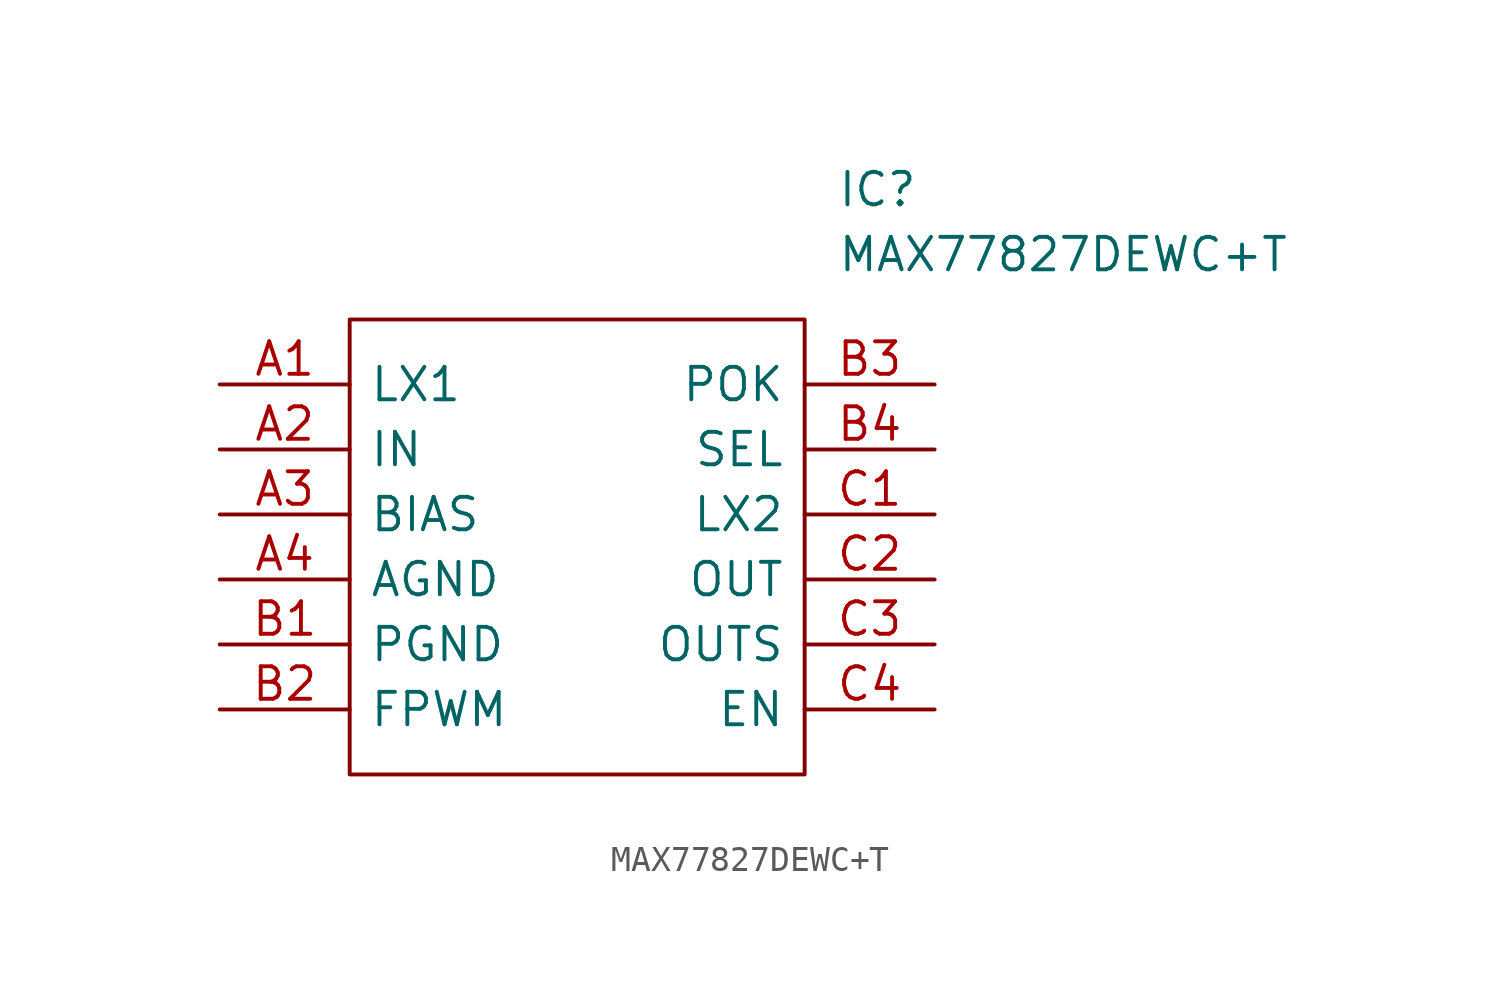
<source format=kicad_sym>
(kicad_symbol_lib
  (version 20211014)
  (generator kicad_symbol_editor)
  (symbol "MAX77827DEWC+T"
    (pin_names
      (offset 0.762))
    (property "Reference" "IC"
      (at 24.13 7.62 0)
      (effects (font (size 1.27 1.27)) (justify left)))
    (property "Value" "MAX77827DEWC+T"
      (at 24.13 5.08 0)
      (effects (font (size 1.27 1.27)) (justify left)))
    (symbol "MAX77827DEWC+T_0_0"
      (pin passive line (at 0 0 0) (length 5.08) (name "LX1" (effects (font (size 1.27 1.27)))) (number "A1" (effects (font (size 1.27 1.27)))))
      (pin passive line (at 0 -2.54 0) (length 5.08) (name "IN" (effects (font (size 1.27 1.27)))) (number "A2" (effects (font (size 1.27 1.27)))))
      (pin passive line (at 0 -5.08 0) (length 5.08) (name "BIAS" (effects (font (size 1.27 1.27)))) (number "A3" (effects (font (size 1.27 1.27)))))
      (pin passive line (at 0 -7.62 0) (length 5.08) (name "AGND" (effects (font (size 1.27 1.27)))) (number "A4" (effects (font (size 1.27 1.27)))))
      (pin passive line (at 0 -10.16 0) (length 5.08) (name "PGND" (effects (font (size 1.27 1.27)))) (number "B1" (effects (font (size 1.27 1.27)))))
      (pin passive line (at 0 -12.7 0) (length 5.08) (name "FPWM" (effects (font (size 1.27 1.27)))) (number "B2" (effects (font (size 1.27 1.27)))))
      (pin passive line (at 27.94 0 180) (length 5.08) (name "POK" (effects (font (size 1.27 1.27)))) (number "B3" (effects (font (size 1.27 1.27)))))
      (pin passive line (at 27.94 -2.54 180) (length 5.08) (name "SEL" (effects (font (size 1.27 1.27)))) (number "B4" (effects (font (size 1.27 1.27)))))
      (pin passive line (at 27.94 -5.08 180) (length 5.08) (name "LX2" (effects (font (size 1.27 1.27)))) (number "C1" (effects (font (size 1.27 1.27)))))
      (pin passive line (at 27.94 -7.62 180) (length 5.08) (name "OUT" (effects (font (size 1.27 1.27)))) (number "C2" (effects (font (size 1.27 1.27)))))
      (pin passive line (at 27.94 -10.16 180) (length 5.08) (name "OUTS" (effects (font (size 1.27 1.27)))) (number "C3" (effects (font (size 1.27 1.27)))))
      (pin passive line (at 27.94 -12.7 180) (length 5.08) (name "EN" (effects (font (size 1.27 1.27)))) (number "C4" (effects (font (size 1.27 1.27))))))
    (symbol "MAX77827DEWC+T_0_1"
      (polyline (pts (xy 5.08 2.54) (xy 22.86 2.54) (xy 22.86 -15.24) (xy 5.08 -15.24) (xy 5.08 2.54)) (stroke (width 0.152) (type default) (color 0 0 0 0)) (fill (type none))))))
</source>
